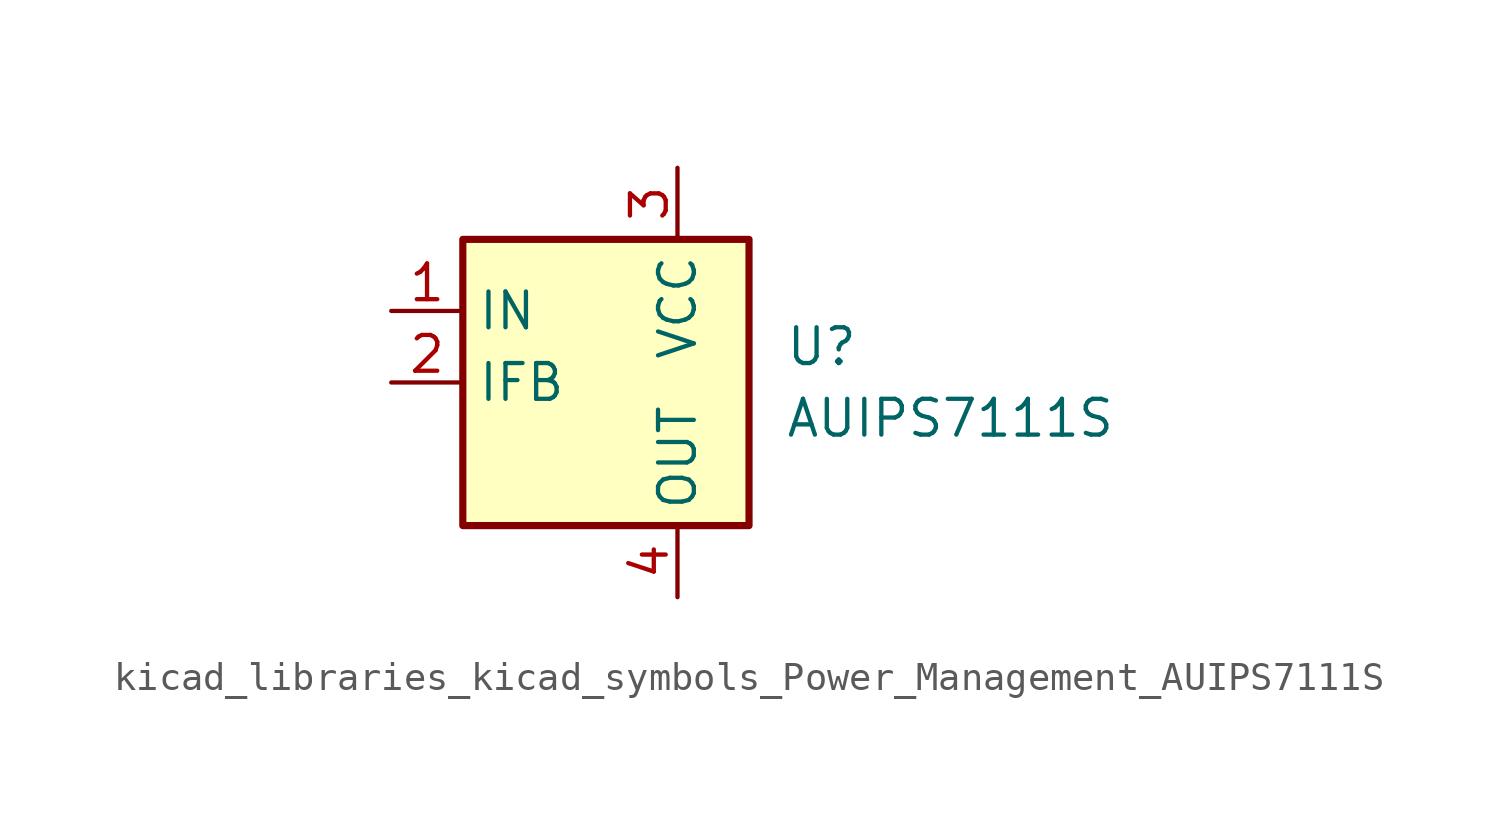
<source format=kicad_sym>
(kicad_symbol_lib
  (version 20220914)
  (generator kicad_symbol_editor)
  (symbol "kicad_libraries_kicad_symbols_Power_Management_AUIPS7111S"
    (property "Reference" "U"
      (at 3.81 1.27 0)
      (effects (font (size 1.27 1.27)) (justify left)))
    (property "Value" "AUIPS7111S"
      (at 3.81 -1.27 0)
      (effects (font (size 1.27 1.27)) (justify left)))
    (symbol "kicad_libraries_kicad_symbols_Power_Management_AUIPS7111S_0_1"
      (rectangle (start -7.62 5.08) (end 2.54 -5.08) (stroke (width 0.254) (type default)) (fill (type background))))
    (symbol "kicad_libraries_kicad_symbols_Power_Management_AUIPS7111S_1_1"
      (pin input line (at -10.16 2.54 0) (length 2.54) (name "IN" (effects (font (size 1.27 1.27)))) (number "1" (effects (font (size 1.27 1.27)))))
      (pin output line (at -10.16 0 0) (length 2.54) (name "IFB" (effects (font (size 1.27 1.27)))) (number "2" (effects (font (size 1.27 1.27)))))
      (pin power_in line (at 0 7.62 270) (length 2.54) (name "VCC" (effects (font (size 1.27 1.27)))) (number "3" (effects (font (size 1.27 1.27)))))
      (pin power_out line (at 0 -7.62 90) (length 2.54) (name "OUT" (effects (font (size 1.27 1.27)))) (number "4" (effects (font (size 1.27 1.27)))))
      (pin passive line (at 0 -7.62 90) (length 2.54) hide (name "OUT" (effects (font (size 1.27 1.27)))) (number "5" (effects (font (size 1.27 1.27))))))))
</source>
